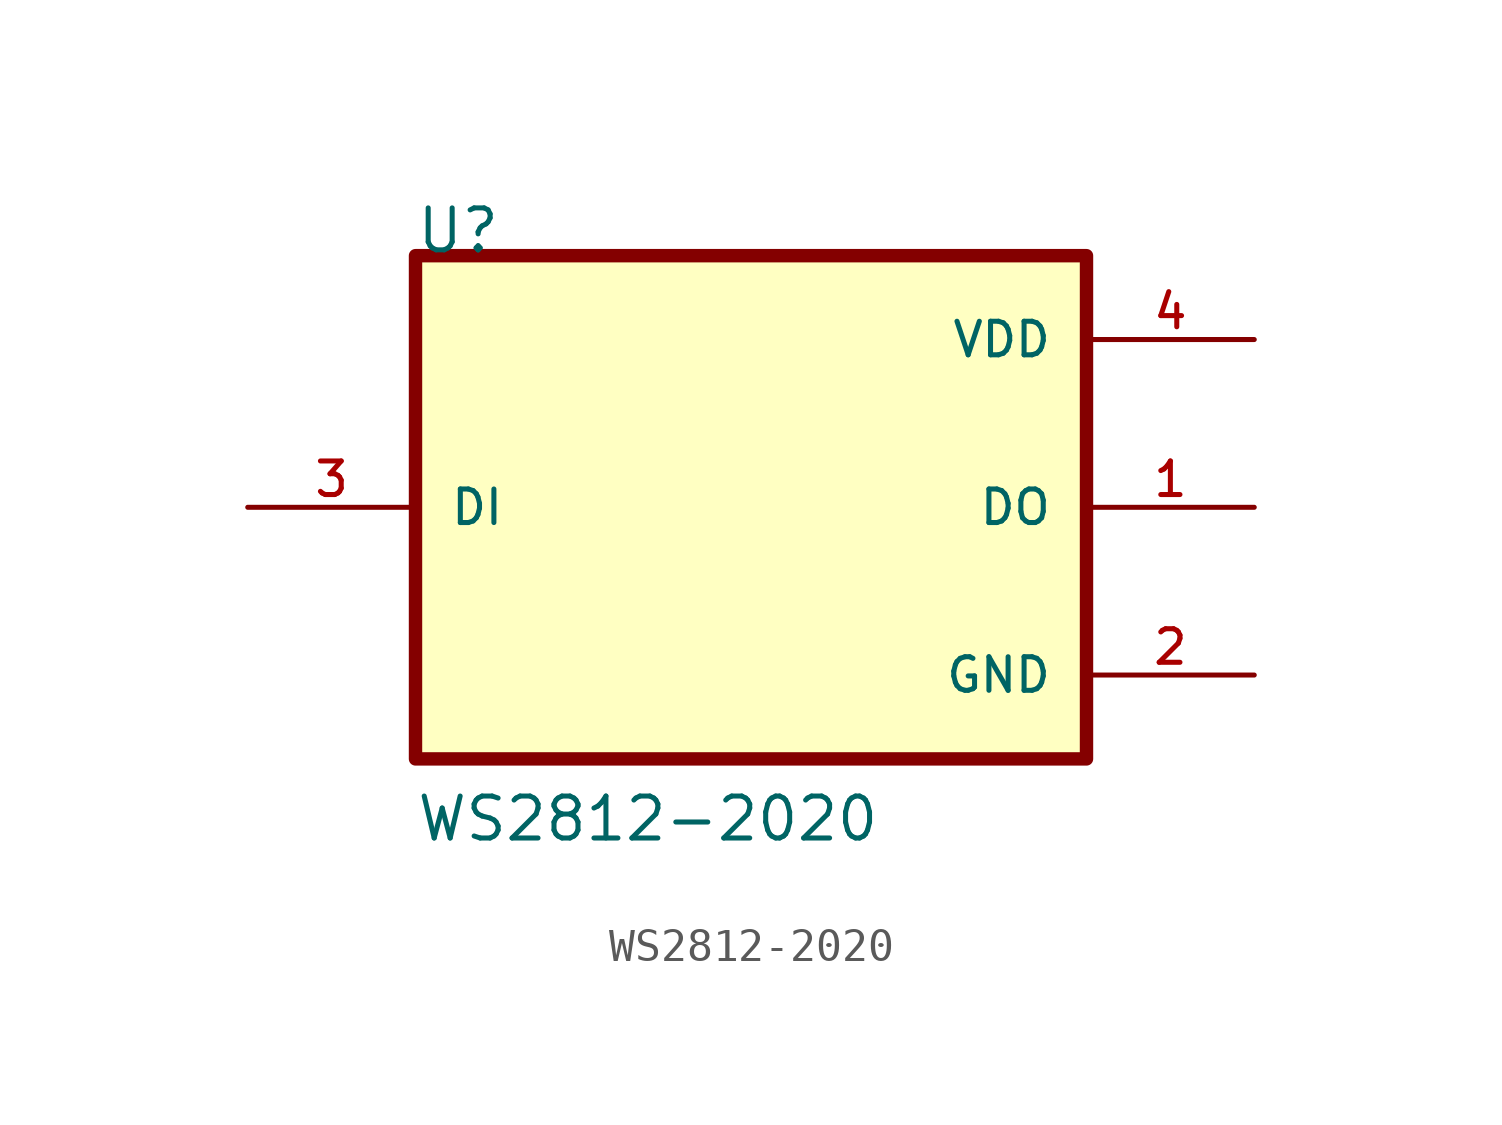
<source format=kicad_sym>
(kicad_symbol_lib
  (version 20211014)
  (generator kicad_symbol_editor)
  (symbol "WS2812-2020"
    (pin_names
      (offset 1.016))
    (property "Reference" "U"
      (at -10.178 7.633 0)
      (effects (font (size 1.27 1.27)) (justify bottom left)))
    (property "Value" "WS2812-2020"
      (at -10.178 -10.178 0)
      (effects (font (size 1.27 1.27)) (justify bottom left)))
    (symbol "WS2812-2020_0_0"
      (rectangle (start -10.16 -7.62) (end 10.16 7.62) (stroke (width 0.406)) (fill (type background)))
      (pin input line (at -15.24 0.0 0) (length 5.08) (name "DI" (effects (font (size 1.016 1.016)))) (number "3" (effects (font (size 1.016 1.016)))))
      (pin output line (at 15.24 0.0 180.0) (length 5.08) (name "DO" (effects (font (size 1.016 1.016)))) (number "1" (effects (font (size 1.016 1.016)))))
      (pin power_in line (at 15.24 -5.08 180.0) (length 5.08) (name "GND" (effects (font (size 1.016 1.016)))) (number "2" (effects (font (size 1.016 1.016)))))
      (pin power_in line (at 15.24 5.08 180.0) (length 5.08) (name "VDD" (effects (font (size 1.016 1.016)))) (number "4" (effects (font (size 1.016 1.016))))))))
</source>
